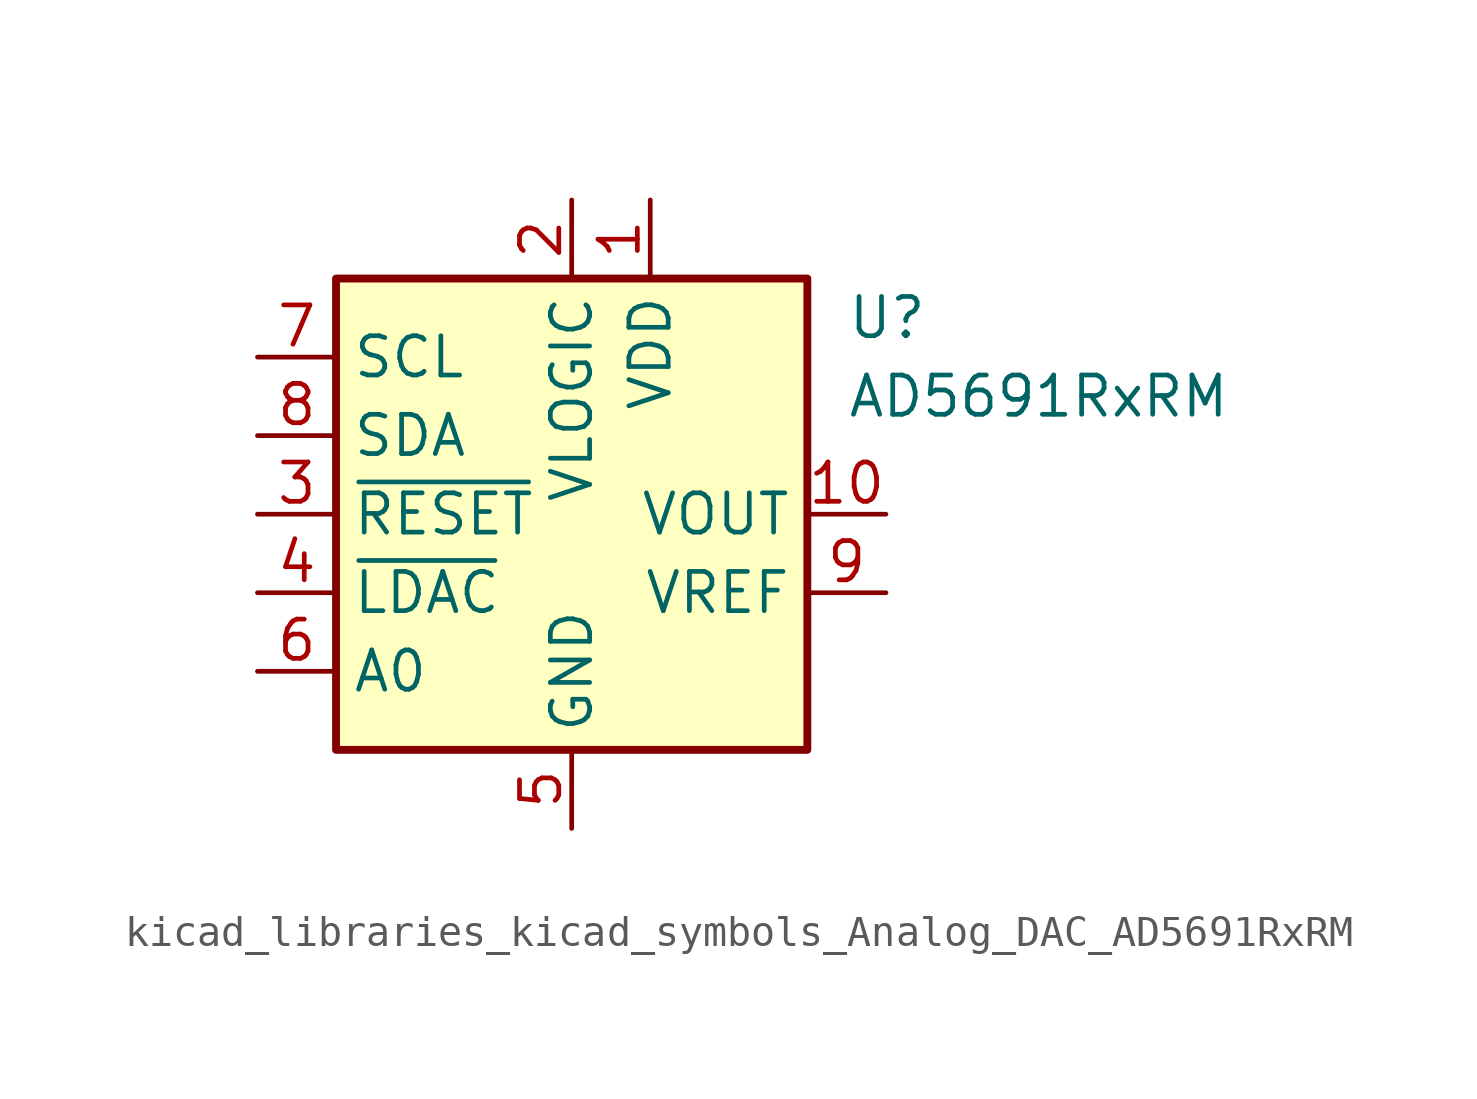
<source format=kicad_sym>
(kicad_symbol_lib
  (version 20220914)
  (generator kicad_symbol_editor)
  (symbol "kicad_libraries_kicad_symbols_Analog_DAC_AD5691RxRM"
    (property "Reference" "U"
      (at 8.89 6.35 0)
      (effects (font (size 1.27 1.27)) (justify left)))
    (property "Value" "AD5691RxRM"
      (at 8.89 3.81 0)
      (effects (font (size 1.27 1.27)) (justify left)))
    (symbol "kicad_libraries_kicad_symbols_Analog_DAC_AD5691RxRM_0_1"
      (rectangle (start -7.62 7.62) (end 7.62 -7.62) (stroke (width 0.254) (type default)) (fill (type background))))
    (symbol "kicad_libraries_kicad_symbols_Analog_DAC_AD5691RxRM_1_1"
      (pin power_in line (at 2.54 10.16 270) (length 2.54) (name "VDD" (effects (font (size 1.27 1.27)))) (number "1" (effects (font (size 1.27 1.27)))))
      (pin output line (at 10.16 0 180) (length 2.54) (name "VOUT" (effects (font (size 1.27 1.27)))) (number "10" (effects (font (size 1.27 1.27)))))
      (pin power_in line (at 0 10.16 270) (length 2.54) (name "VLOGIC" (effects (font (size 1.27 1.27)))) (number "2" (effects (font (size 1.27 1.27)))))
      (pin input line (at -10.16 0 0) (length 2.54) (name "~{RESET}" (effects (font (size 1.27 1.27)))) (number "3" (effects (font (size 1.27 1.27)))))
      (pin input line (at -10.16 -2.54 0) (length 2.54) (name "~{LDAC}" (effects (font (size 1.27 1.27)))) (number "4" (effects (font (size 1.27 1.27)))))
      (pin power_in line (at 0 -10.16 90) (length 2.54) (name "GND" (effects (font (size 1.27 1.27)))) (number "5" (effects (font (size 1.27 1.27)))))
      (pin input line (at -10.16 -5.08 0) (length 2.54) (name "A0" (effects (font (size 1.27 1.27)))) (number "6" (effects (font (size 1.27 1.27)))))
      (pin input line (at -10.16 5.08 0) (length 2.54) (name "SCL" (effects (font (size 1.27 1.27)))) (number "7" (effects (font (size 1.27 1.27)))))
      (pin bidirectional line (at -10.16 2.54 0) (length 2.54) (name "SDA" (effects (font (size 1.27 1.27)))) (number "8" (effects (font (size 1.27 1.27)))))
      (pin passive line (at 10.16 -2.54 180) (length 2.54) (name "VREF" (effects (font (size 1.27 1.27)))) (number "9" (effects (font (size 1.27 1.27))))))))
</source>
